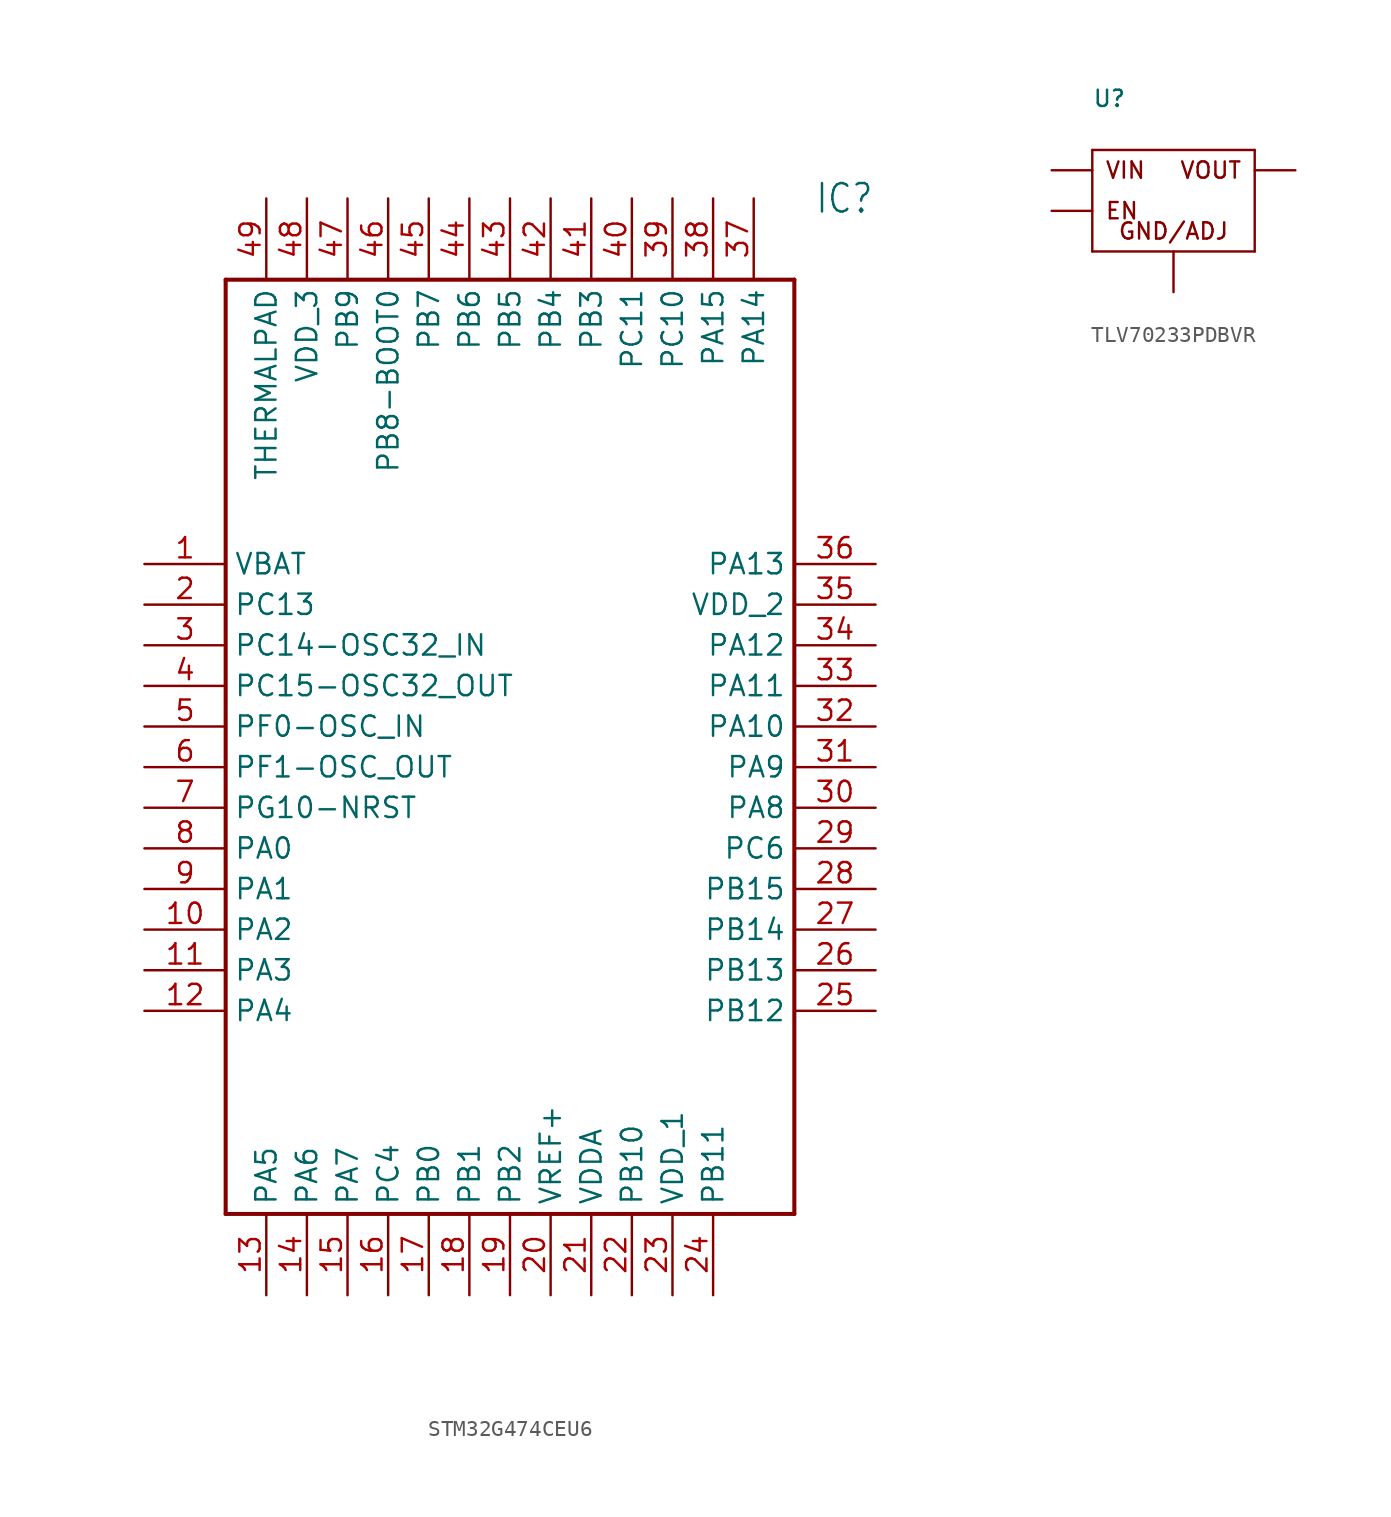
<source format=kicad_sym>
(kicad_symbol_lib
  (version 20220914)
  (generator kicad_symbol_editor)
  (symbol "STM32G474CEU6"
    (property "Reference" "IC"
      (at 41.91 22.86 0)
      (effects (font (size 1.778 1.511)) (justify left)))
    (property "Value" ""
      (at 41.91 20.32 0)
      (effects (font (size 1.778 1.511)) (justify left)))
    (property "ki_locked" ""
      (at 0 0 0)
      (effects (font (size 1.27 1.27))))
    (symbol "STM32G474CEU6_1_0"
      (polyline (pts (xy 5.08 17.78) (xy 5.08 -40.64)) (stroke (width 0.254) (type solid)) (fill (type none)))
      (polyline (pts (xy 5.08 17.78) (xy 40.64 17.78)) (stroke (width 0.254) (type solid)) (fill (type none)))
      (polyline (pts (xy 40.64 -40.64) (xy 5.08 -40.64)) (stroke (width 0.254) (type solid)) (fill (type none)))
      (polyline (pts (xy 40.64 -40.64) (xy 40.64 17.78)) (stroke (width 0.254) (type solid)) (fill (type none)))
      (pin bidirectional line (at 0 0 0) (length 5.08) (name "VBAT" (effects (font (size 1.27 1.27)))) (number "1" (effects (font (size 1.27 1.27)))))
      (pin bidirectional line (at 0 -22.86 0) (length 5.08) (name "PA2" (effects (font (size 1.27 1.27)))) (number "10" (effects (font (size 1.27 1.27)))))
      (pin bidirectional line (at 0 -25.4 0) (length 5.08) (name "PA3" (effects (font (size 1.27 1.27)))) (number "11" (effects (font (size 1.27 1.27)))))
      (pin bidirectional line (at 0 -27.94 0) (length 5.08) (name "PA4" (effects (font (size 1.27 1.27)))) (number "12" (effects (font (size 1.27 1.27)))))
      (pin bidirectional line (at 7.62 -45.72 90) (length 5.08) (name "PA5" (effects (font (size 1.27 1.27)))) (number "13" (effects (font (size 1.27 1.27)))))
      (pin bidirectional line (at 10.16 -45.72 90) (length 5.08) (name "PA6" (effects (font (size 1.27 1.27)))) (number "14" (effects (font (size 1.27 1.27)))))
      (pin bidirectional line (at 12.7 -45.72 90) (length 5.08) (name "PA7" (effects (font (size 1.27 1.27)))) (number "15" (effects (font (size 1.27 1.27)))))
      (pin bidirectional line (at 15.24 -45.72 90) (length 5.08) (name "PC4" (effects (font (size 1.27 1.27)))) (number "16" (effects (font (size 1.27 1.27)))))
      (pin bidirectional line (at 17.78 -45.72 90) (length 5.08) (name "PB0" (effects (font (size 1.27 1.27)))) (number "17" (effects (font (size 1.27 1.27)))))
      (pin bidirectional line (at 20.32 -45.72 90) (length 5.08) (name "PB1" (effects (font (size 1.27 1.27)))) (number "18" (effects (font (size 1.27 1.27)))))
      (pin bidirectional line (at 22.86 -45.72 90) (length 5.08) (name "PB2" (effects (font (size 1.27 1.27)))) (number "19" (effects (font (size 1.27 1.27)))))
      (pin bidirectional line (at 0 -2.54 0) (length 5.08) (name "PC13" (effects (font (size 1.27 1.27)))) (number "2" (effects (font (size 1.27 1.27)))))
      (pin bidirectional line (at 25.4 -45.72 90) (length 5.08) (name "VREF+" (effects (font (size 1.27 1.27)))) (number "20" (effects (font (size 1.27 1.27)))))
      (pin bidirectional line (at 27.94 -45.72 90) (length 5.08) (name "VDDA" (effects (font (size 1.27 1.27)))) (number "21" (effects (font (size 1.27 1.27)))))
      (pin bidirectional line (at 30.48 -45.72 90) (length 5.08) (name "PB10" (effects (font (size 1.27 1.27)))) (number "22" (effects (font (size 1.27 1.27)))))
      (pin bidirectional line (at 33.02 -45.72 90) (length 5.08) (name "VDD_1" (effects (font (size 1.27 1.27)))) (number "23" (effects (font (size 1.27 1.27)))))
      (pin bidirectional line (at 35.56 -45.72 90) (length 5.08) (name "PB11" (effects (font (size 1.27 1.27)))) (number "24" (effects (font (size 1.27 1.27)))))
      (pin bidirectional line (at 45.72 -27.94 180) (length 5.08) (name "PB12" (effects (font (size 1.27 1.27)))) (number "25" (effects (font (size 1.27 1.27)))))
      (pin bidirectional line (at 45.72 -25.4 180) (length 5.08) (name "PB13" (effects (font (size 1.27 1.27)))) (number "26" (effects (font (size 1.27 1.27)))))
      (pin bidirectional line (at 45.72 -22.86 180) (length 5.08) (name "PB14" (effects (font (size 1.27 1.27)))) (number "27" (effects (font (size 1.27 1.27)))))
      (pin bidirectional line (at 45.72 -20.32 180) (length 5.08) (name "PB15" (effects (font (size 1.27 1.27)))) (number "28" (effects (font (size 1.27 1.27)))))
      (pin bidirectional line (at 45.72 -17.78 180) (length 5.08) (name "PC6" (effects (font (size 1.27 1.27)))) (number "29" (effects (font (size 1.27 1.27)))))
      (pin bidirectional line (at 0 -5.08 0) (length 5.08) (name "PC14-OSC32_IN" (effects (font (size 1.27 1.27)))) (number "3" (effects (font (size 1.27 1.27)))))
      (pin bidirectional line (at 45.72 -15.24 180) (length 5.08) (name "PA8" (effects (font (size 1.27 1.27)))) (number "30" (effects (font (size 1.27 1.27)))))
      (pin bidirectional line (at 45.72 -12.7 180) (length 5.08) (name "PA9" (effects (font (size 1.27 1.27)))) (number "31" (effects (font (size 1.27 1.27)))))
      (pin bidirectional line (at 45.72 -10.16 180) (length 5.08) (name "PA10" (effects (font (size 1.27 1.27)))) (number "32" (effects (font (size 1.27 1.27)))))
      (pin bidirectional line (at 45.72 -7.62 180) (length 5.08) (name "PA11" (effects (font (size 1.27 1.27)))) (number "33" (effects (font (size 1.27 1.27)))))
      (pin bidirectional line (at 45.72 -5.08 180) (length 5.08) (name "PA12" (effects (font (size 1.27 1.27)))) (number "34" (effects (font (size 1.27 1.27)))))
      (pin bidirectional line (at 45.72 -2.54 180) (length 5.08) (name "VDD_2" (effects (font (size 1.27 1.27)))) (number "35" (effects (font (size 1.27 1.27)))))
      (pin bidirectional line (at 45.72 0 180) (length 5.08) (name "PA13" (effects (font (size 1.27 1.27)))) (number "36" (effects (font (size 1.27 1.27)))))
      (pin bidirectional line (at 38.1 22.86 270) (length 5.08) (name "PA14" (effects (font (size 1.27 1.27)))) (number "37" (effects (font (size 1.27 1.27)))))
      (pin bidirectional line (at 35.56 22.86 270) (length 5.08) (name "PA15" (effects (font (size 1.27 1.27)))) (number "38" (effects (font (size 1.27 1.27)))))
      (pin bidirectional line (at 33.02 22.86 270) (length 5.08) (name "PC10" (effects (font (size 1.27 1.27)))) (number "39" (effects (font (size 1.27 1.27)))))
      (pin bidirectional line (at 0 -7.62 0) (length 5.08) (name "PC15-OSC32_OUT" (effects (font (size 1.27 1.27)))) (number "4" (effects (font (size 1.27 1.27)))))
      (pin bidirectional line (at 30.48 22.86 270) (length 5.08) (name "PC11" (effects (font (size 1.27 1.27)))) (number "40" (effects (font (size 1.27 1.27)))))
      (pin bidirectional line (at 27.94 22.86 270) (length 5.08) (name "PB3" (effects (font (size 1.27 1.27)))) (number "41" (effects (font (size 1.27 1.27)))))
      (pin bidirectional line (at 25.4 22.86 270) (length 5.08) (name "PB4" (effects (font (size 1.27 1.27)))) (number "42" (effects (font (size 1.27 1.27)))))
      (pin bidirectional line (at 22.86 22.86 270) (length 5.08) (name "PB5" (effects (font (size 1.27 1.27)))) (number "43" (effects (font (size 1.27 1.27)))))
      (pin bidirectional line (at 20.32 22.86 270) (length 5.08) (name "PB6" (effects (font (size 1.27 1.27)))) (number "44" (effects (font (size 1.27 1.27)))))
      (pin bidirectional line (at 17.78 22.86 270) (length 5.08) (name "PB7" (effects (font (size 1.27 1.27)))) (number "45" (effects (font (size 1.27 1.27)))))
      (pin bidirectional line (at 15.24 22.86 270) (length 5.08) (name "PB8-BOOT0" (effects (font (size 1.27 1.27)))) (number "46" (effects (font (size 1.27 1.27)))))
      (pin bidirectional line (at 12.7 22.86 270) (length 5.08) (name "PB9" (effects (font (size 1.27 1.27)))) (number "47" (effects (font (size 1.27 1.27)))))
      (pin bidirectional line (at 10.16 22.86 270) (length 5.08) (name "VDD_3" (effects (font (size 1.27 1.27)))) (number "48" (effects (font (size 1.27 1.27)))))
      (pin bidirectional line (at 7.62 22.86 270) (length 5.08) (name "THERMALPAD" (effects (font (size 1.27 1.27)))) (number "49" (effects (font (size 1.27 1.27)))))
      (pin bidirectional line (at 0 -10.16 0) (length 5.08) (name "PF0-OSC_IN" (effects (font (size 1.27 1.27)))) (number "5" (effects (font (size 1.27 1.27)))))
      (pin bidirectional line (at 0 -12.7 0) (length 5.08) (name "PF1-OSC_OUT" (effects (font (size 1.27 1.27)))) (number "6" (effects (font (size 1.27 1.27)))))
      (pin bidirectional line (at 0 -15.24 0) (length 5.08) (name "PG10-NRST" (effects (font (size 1.27 1.27)))) (number "7" (effects (font (size 1.27 1.27)))))
      (pin bidirectional line (at 0 -17.78 0) (length 5.08) (name "PA0" (effects (font (size 1.27 1.27)))) (number "8" (effects (font (size 1.27 1.27)))))
      (pin bidirectional line (at 0 -20.32 0) (length 5.08) (name "PA1" (effects (font (size 1.27 1.27)))) (number "9" (effects (font (size 1.27 1.27)))))))
  (symbol "TLV70233PDBVR"
    (property "Reference" "U"
      (at 0 5.08 0)
      (effects (font (size 1.016 1.016)) (justify left top)))
    (property "Value" ""
      (at 0 2.54 0)
      (effects (font (size 1.016 1.016)) (justify left bottom)))
    (property "ki_locked" ""
      (at 0 0 0)
      (effects (font (size 1.27 1.27))))
    (symbol "TLV70233PDBVR_1_0"
      (polyline (pts (xy 0 -5.08) (xy 10.16 -5.08)) (stroke (width 0.152) (type solid)) (fill (type none)))
      (polyline (pts (xy 0 1.27) (xy 0 -5.08)) (stroke (width 0.152) (type solid)) (fill (type none)))
      (polyline (pts (xy 10.16 -5.08) (xy 10.16 1.27)) (stroke (width 0.152) (type solid)) (fill (type none)))
      (polyline (pts (xy 10.16 1.27) (xy 0 1.27)) (stroke (width 0.152) (type solid)) (fill (type none)))
      (text "EN" (at 0.762 -2.54 0) (effects (font (size 1.016 1.016)) (justify left)))
      (text "GND/ADJ" (at 5.08 -3.81 0) (effects (font (size 1.016 1.016))))
      (text "VIN" (at 0.762 0 0) (effects (font (size 1.016 1.016)) (justify left)))
      (text "VOUT" (at 9.398 0 0) (effects (font (size 1.016 1.016)) (justify right)))
      (pin bidirectional line (at -2.54 0 0) (length 2.54) (name "VIN" (effects (font (size 0 0)))) (number "P$1" (effects (font (size 0 0)))))
      (pin bidirectional line (at 5.08 -7.62 90) (length 2.54) (name "GND/ADJ" (effects (font (size 0 0)))) (number "P$2" (effects (font (size 0 0)))))
      (pin bidirectional line (at -2.54 -2.54 0) (length 2.54) (name "EN" (effects (font (size 0 0)))) (number "P$3" (effects (font (size 0 0)))))
      (pin bidirectional line (at 12.7 0 180) (length 2.54) (name "VOUT" (effects (font (size 0 0)))) (number "P$5" (effects (font (size 0 0))))))))
</source>
